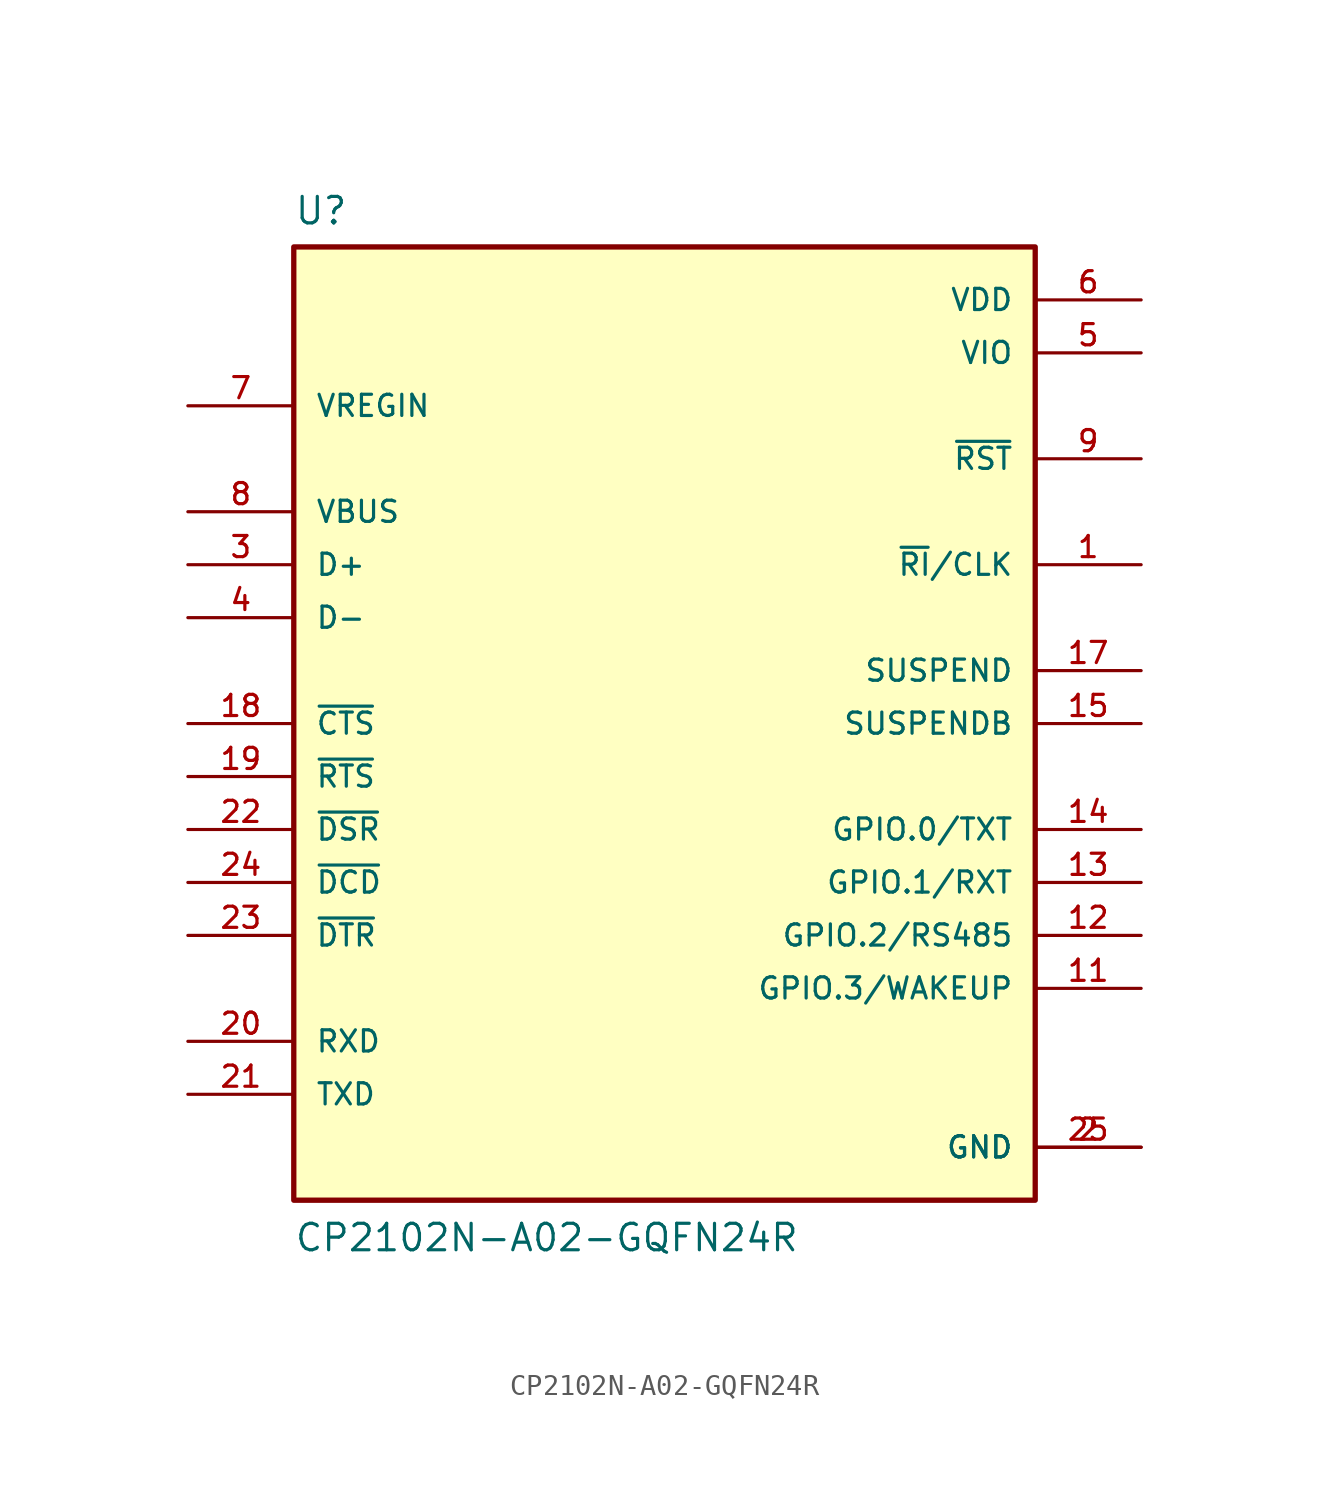
<source format=kicad_sym>
(kicad_symbol_lib
  (version 20211014)
  (generator kicad_symbol_editor)
  (symbol "CP2102N-A02-GQFN24R"
    (pin_names
      (offset 1.016))
    (property "Reference" "U"
      (at -17.78 23.851 0)
      (effects (font (size 1.27 1.27)) (justify left bottom)))
    (property "Value" "CP2102N-A02-GQFN24R"
      (at -17.78 -25.4 0)
      (effects (font (size 1.27 1.27)) (justify left bottom)))
    (symbol "CP2102N-A02-GQFN24R_0_0"
      (rectangle (start -17.78 -22.86) (end 17.78 22.86) (stroke (width 0.254) (type default) (color 0 0 0 0)) (fill (type background)))
      (pin bidirectional line (at 22.86 7.62 180) (length 5.08) (name "~{RI}/CLK" (effects (font (size 1.016 1.016)))) (number "1" (effects (font (size 1.016 1.016)))))
      (pin bidirectional line (at 22.86 -12.7 180) (length 5.08) (name "GPIO.3/WAKEUP" (effects (font (size 1.016 1.016)))) (number "11" (effects (font (size 1.016 1.016)))))
      (pin bidirectional line (at 22.86 -10.16 180) (length 5.08) (name "GPIO.2/RS485" (effects (font (size 1.016 1.016)))) (number "12" (effects (font (size 1.016 1.016)))))
      (pin bidirectional line (at 22.86 -7.62 180) (length 5.08) (name "GPIO.1/RXT" (effects (font (size 1.016 1.016)))) (number "13" (effects (font (size 1.016 1.016)))))
      (pin bidirectional line (at 22.86 -5.08 180) (length 5.08) (name "GPIO.0/TXT" (effects (font (size 1.016 1.016)))) (number "14" (effects (font (size 1.016 1.016)))))
      (pin output line (at 22.86 0 180) (length 5.08) (name "SUSPENDB" (effects (font (size 1.016 1.016)))) (number "15" (effects (font (size 1.016 1.016)))))
      (pin output line (at 22.86 2.54 180) (length 5.08) (name "SUSPEND" (effects (font (size 1.016 1.016)))) (number "17" (effects (font (size 1.016 1.016)))))
      (pin input line (at -22.86 0 0) (length 5.08) (name "~{CTS}" (effects (font (size 1.016 1.016)))) (number "18" (effects (font (size 1.016 1.016)))))
      (pin output line (at -22.86 -2.54 0) (length 5.08) (name "~{RTS}" (effects (font (size 1.016 1.016)))) (number "19" (effects (font (size 1.016 1.016)))))
      (pin power_in line (at 22.86 -20.32 180) (length 5.08) (name "GND" (effects (font (size 1.016 1.016)))) (number "2" (effects (font (size 1.016 1.016)))))
      (pin input line (at -22.86 -15.24 0) (length 5.08) (name "RXD" (effects (font (size 1.016 1.016)))) (number "20" (effects (font (size 1.016 1.016)))))
      (pin output line (at -22.86 -17.78 0) (length 5.08) (name "TXD" (effects (font (size 1.016 1.016)))) (number "21" (effects (font (size 1.016 1.016)))))
      (pin input line (at -22.86 -5.08 0) (length 5.08) (name "~{DSR}" (effects (font (size 1.016 1.016)))) (number "22" (effects (font (size 1.016 1.016)))))
      (pin output line (at -22.86 -10.16 0) (length 5.08) (name "~{DTR}" (effects (font (size 1.016 1.016)))) (number "23" (effects (font (size 1.016 1.016)))))
      (pin input line (at -22.86 -7.62 0) (length 5.08) (name "~{DCD}" (effects (font (size 1.016 1.016)))) (number "24" (effects (font (size 1.016 1.016)))))
      (pin power_in line (at 22.86 -20.32 180) (length 5.08) (name "GND" (effects (font (size 1.016 1.016)))) (number "25" (effects (font (size 1.016 1.016)))))
      (pin bidirectional line (at -22.86 7.62 0) (length 5.08) (name "D+" (effects (font (size 1.016 1.016)))) (number "3" (effects (font (size 1.016 1.016)))))
      (pin bidirectional line (at -22.86 5.08 0) (length 5.08) (name "D-" (effects (font (size 1.016 1.016)))) (number "4" (effects (font (size 1.016 1.016)))))
      (pin power_in line (at 22.86 17.78 180) (length 5.08) (name "VIO" (effects (font (size 1.016 1.016)))) (number "5" (effects (font (size 1.016 1.016)))))
      (pin power_in line (at 22.86 20.32 180) (length 5.08) (name "VDD" (effects (font (size 1.016 1.016)))) (number "6" (effects (font (size 1.016 1.016)))))
      (pin input line (at -22.86 15.24 0) (length 5.08) (name "VREGIN" (effects (font (size 1.016 1.016)))) (number "7" (effects (font (size 1.016 1.016)))))
      (pin input line (at -22.86 10.16 0) (length 5.08) (name "VBUS" (effects (font (size 1.016 1.016)))) (number "8" (effects (font (size 1.016 1.016)))))
      (pin bidirectional line (at 22.86 12.7 180) (length 5.08) (name "~{RST}" (effects (font (size 1.016 1.016)))) (number "9" (effects (font (size 1.016 1.016))))))))
</source>
